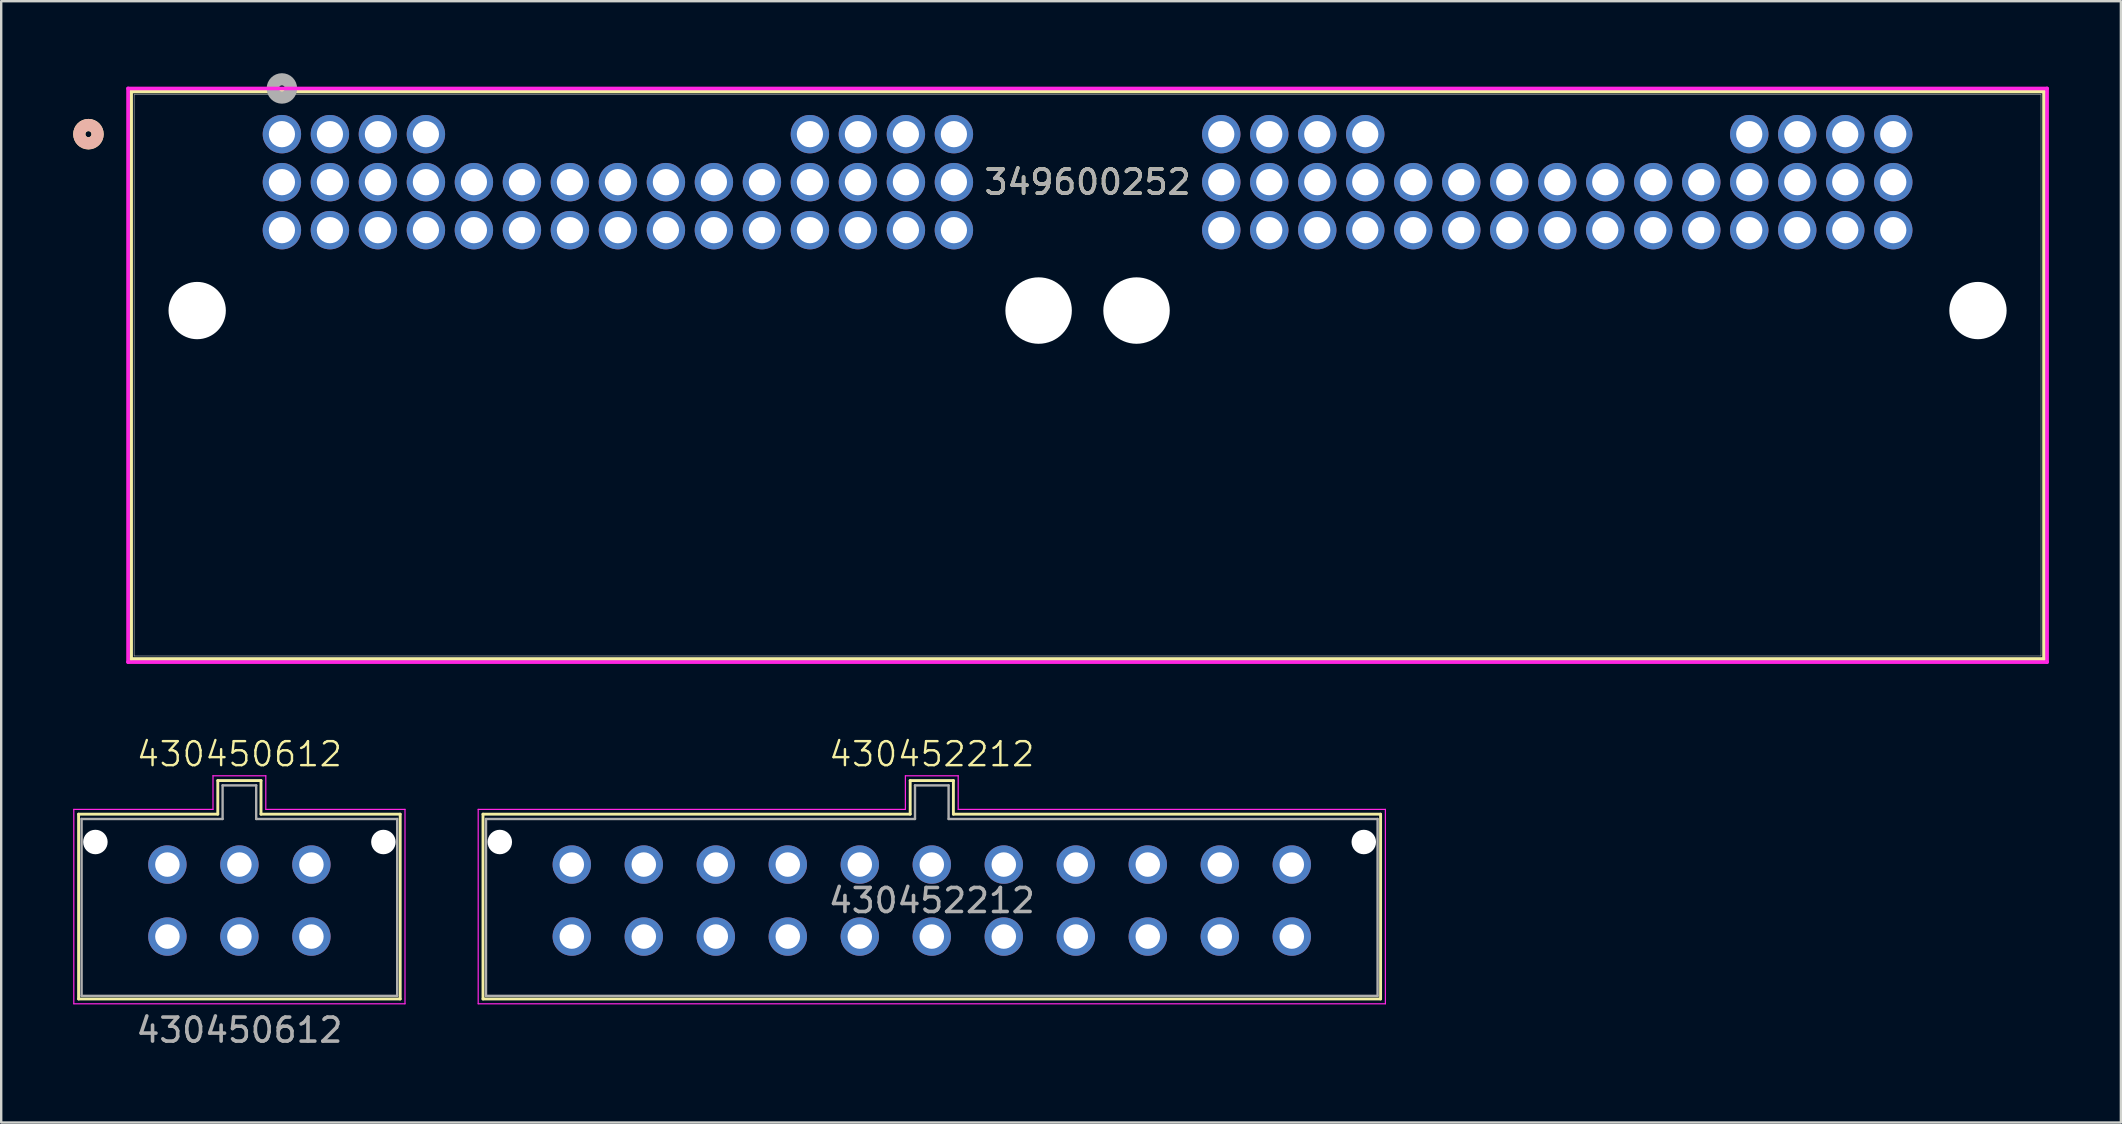
<source format=kicad_pcb>
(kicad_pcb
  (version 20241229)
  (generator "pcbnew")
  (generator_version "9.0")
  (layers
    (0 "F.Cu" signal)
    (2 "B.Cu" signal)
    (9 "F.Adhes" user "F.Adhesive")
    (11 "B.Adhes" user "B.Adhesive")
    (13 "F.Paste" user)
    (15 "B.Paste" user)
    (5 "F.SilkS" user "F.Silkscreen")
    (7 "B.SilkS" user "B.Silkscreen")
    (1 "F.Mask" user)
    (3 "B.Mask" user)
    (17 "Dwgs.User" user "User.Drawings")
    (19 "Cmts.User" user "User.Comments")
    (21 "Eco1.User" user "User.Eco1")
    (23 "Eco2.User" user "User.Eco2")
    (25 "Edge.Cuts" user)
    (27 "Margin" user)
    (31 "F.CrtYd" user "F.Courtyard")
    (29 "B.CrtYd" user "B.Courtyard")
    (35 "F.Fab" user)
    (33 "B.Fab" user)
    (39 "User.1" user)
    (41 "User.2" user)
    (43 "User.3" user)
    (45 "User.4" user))
  (footprint "430452212"
    (layer "F.Cu")
    (at 35.775 34.474)
    (property "Reference" "430452212" (at 0 -6.1 0) (unlocked yes) (layer "F.SilkS") (effects (font (size 1 1) (thickness 0.1))))
    (attr through_hole)
    (fp_line (start -18.7 -3.6) (end -0.9 -3.6) (stroke (width 0.12) (type solid)) (layer "F.SilkS"))
    (fp_line (start -18.7 4.1) (end -18.7 -3.6) (stroke (width 0.12) (type solid)) (layer "F.SilkS"))
    (fp_line (start -18.7 4.1) (end 18.7 4.1) (stroke (width 0.12) (type solid)) (layer "F.SilkS"))
    (fp_line (start -0.9 -5) (end 0.9 -5) (stroke (width 0.12) (type solid)) (layer "F.SilkS"))
    (fp_line (start -0.9 -3.6) (end -0.9 -5) (stroke (width 0.12) (type solid)) (layer "F.SilkS"))
    (fp_line (start 0.9 -5) (end 0.9 -3.6) (stroke (width 0.12) (type solid)) (layer "F.SilkS"))
    (fp_line (start 0.9 -3.6) (end 18.7 -3.6) (stroke (width 0.12) (type solid)) (layer "F.SilkS"))
    (fp_line (start 18.7 -3.6) (end 18.7 4.1) (stroke (width 0.12) (type solid)) (layer "F.SilkS"))
    (fp_line (start -18.9 -3.8) (end -18.9 4.3) (stroke (width 0.05) (type solid)) (layer "F.CrtYd"))
    (fp_line (start -18.9 4.3) (end 18.9 4.3) (stroke (width 0.05) (type solid)) (layer "F.CrtYd"))
    (fp_line (start -1.1 -5.2) (end -1.1 -3.8) (stroke (width 0.05) (type solid)) (layer "F.CrtYd"))
    (fp_line (start -1.1 -3.8) (end -18.9 -3.8) (stroke (width 0.05) (type solid)) (layer "F.CrtYd"))
    (fp_line (start 1.1 -5.2) (end -1.1 -5.2) (stroke (width 0.05) (type solid)) (layer "F.CrtYd"))
    (fp_line (start 1.1 -3.8) (end 1.1 -5.2) (stroke (width 0.05) (type solid)) (layer "F.CrtYd"))
    (fp_line (start 18.9 -3.8) (end 1.1 -3.8) (stroke (width 0.05) (type solid)) (layer "F.CrtYd"))
    (fp_line (start 18.9 4.3) (end 18.9 -3.8) (stroke (width 0.05) (type solid)) (layer "F.CrtYd"))
    (fp_line (start -18.575 -3.4) (end -18.575 3.97) (stroke (width 0.1) (type solid)) (layer "F.Fab"))
    (fp_line (start -18.575 -3.4) (end -0.7 -3.4) (stroke (width 0.1) (type solid)) (layer "F.Fab"))
    (fp_line (start -18.575 3.97) (end 18.575 3.97) (stroke (width 0.1) (type solid)) (layer "F.Fab"))
    (fp_line (start -0.7 -4.8) (end 0.7 -4.8) (stroke (width 0.1) (type solid)) (layer "F.Fab"))
    (fp_line (start -0.7 -3.4) (end -0.7 -4.8) (stroke (width 0.1) (type solid)) (layer "F.Fab"))
    (fp_line (start 0.7 -4.8) (end 0.7 -3.4) (stroke (width 0.1) (type solid)) (layer "F.Fab"))
    (fp_line (start 18.575 -3.4) (end 0.7 -3.4) (stroke (width 0.1) (type solid)) (layer "F.Fab"))
    (fp_line (start 18.575 3.97) (end 18.575 -3.4) (stroke (width 0.1) (type solid)) (layer "F.Fab"))
    (fp_text user "${REFERENCE}" (at 0 0 0) (unlocked yes) (layer "F.Fab") (effects (font (size 1 1) (thickness 0.15))))
    (pad "" np_thru_hole circle (at -18 -2.44) (size 1.02 1.02) (drill 1.02) (layers "*.Cu" "*.Mask"))
    (pad "" np_thru_hole circle (at 18 -2.44) (size 1.02 1.02) (drill 1.02) (layers "*.Cu" "*.Mask"))
    (pad "1" thru_hole circle (at 15 1.5) (size 1.6 1.6) (drill 1.02) (layers "*.Cu" "*.Mask"))
    (pad "2" thru_hole circle (at 12 1.5) (size 1.6 1.6) (drill 1.02) (layers "*.Cu" "*.Mask"))
    (pad "3" thru_hole circle (at 9 1.5) (size 1.6 1.6) (drill 1.02) (layers "*.Cu" "*.Mask"))
    (pad "4" thru_hole circle (at 6 1.5) (size 1.6 1.6) (drill 1.02) (layers "*.Cu" "*.Mask"))
    (pad "5" thru_hole circle (at 3 1.5) (size 1.6 1.6) (drill 1.02) (layers "*.Cu" "*.Mask"))
    (pad "6" thru_hole circle (at 0 1.5) (size 1.6 1.6) (drill 1.02) (layers "*.Cu" "*.Mask"))
    (pad "7" thru_hole circle (at -3 1.5) (size 1.6 1.6) (drill 1.02) (layers "*.Cu" "*.Mask"))
    (pad "8" thru_hole circle (at -6 1.5) (size 1.6 1.6) (drill 1.02) (layers "*.Cu" "*.Mask"))
    (pad "9" thru_hole circle (at -9 1.5) (size 1.6 1.6) (drill 1.02) (layers "*.Cu" "*.Mask"))
    (pad "10" thru_hole circle (at -12 1.5) (size 1.6 1.6) (drill 1.02) (layers "*.Cu" "*.Mask"))
    (pad "11" thru_hole circle (at -15 1.5) (size 1.6 1.6) (drill 1.02) (layers "*.Cu" "*.Mask"))
    (pad "12" thru_hole circle (at 15 -1.5) (size 1.6 1.6) (drill 1.02) (layers "*.Cu" "*.Mask"))
    (pad "13" thru_hole circle (at 12 -1.5) (size 1.6 1.6) (drill 1.02) (layers "*.Cu" "*.Mask"))
    (pad "14" thru_hole circle (at 9 -1.5) (size 1.6 1.6) (drill 1.02) (layers "*.Cu" "*.Mask"))
    (pad "15" thru_hole circle (at 6 -1.5) (size 1.6 1.6) (drill 1.02) (layers "*.Cu" "*.Mask"))
    (pad "16" thru_hole circle (at 3 -1.5) (size 1.6 1.6) (drill 1.02) (layers "*.Cu" "*.Mask"))
    (pad "17" thru_hole circle (at 0 -1.5) (size 1.6 1.6) (drill 1.02) (layers "*.Cu" "*.Mask"))
    (pad "18" thru_hole circle (at -3 -1.5) (size 1.6 1.6) (drill 1.02) (layers "*.Cu" "*.Mask"))
    (pad "19" thru_hole circle (at -6 -1.5) (size 1.6 1.6) (drill 1.02) (layers "*.Cu" "*.Mask"))
    (pad "20" thru_hole circle (at -9 -1.5) (size 1.6 1.6) (drill 1.02) (layers "*.Cu" "*.Mask"))
    (pad "21" thru_hole circle (at -12 -1.5) (size 1.6 1.6) (drill 1.02) (layers "*.Cu" "*.Mask"))
    (pad "22" thru_hole circle (at -15 -1.5) (size 1.6 1.6) (drill 1.02) (layers "*.Cu" "*.Mask")))
  (footprint "430450612"
    (layer "F.Cu")
    (at 6.925 34.474)
    (property "Reference" "430450612" (at 0 -6.1 0) (unlocked yes) (layer "F.SilkS") (effects (font (size 1 1) (thickness 0.1))))
    (attr through_hole)
    (fp_line (start -6.7 -3.6) (end -0.9 -3.6) (stroke (width 0.12) (type solid)) (layer "F.SilkS"))
    (fp_line (start -6.7 4.1) (end -6.7 -3.6) (stroke (width 0.12) (type solid)) (layer "F.SilkS"))
    (fp_line (start -6.7 4.1) (end 6.7 4.1) (stroke (width 0.12) (type solid)) (layer "F.SilkS"))
    (fp_line (start -0.9 -5) (end 0.9 -5) (stroke (width 0.12) (type solid)) (layer "F.SilkS"))
    (fp_line (start -0.9 -3.6) (end -0.9 -5) (stroke (width 0.12) (type solid)) (layer "F.SilkS"))
    (fp_line (start 0.9 -5) (end 0.9 -3.6) (stroke (width 0.12) (type solid)) (layer "F.SilkS"))
    (fp_line (start 0.9 -3.6) (end 6.7 -3.6) (stroke (width 0.12) (type solid)) (layer "F.SilkS"))
    (fp_line (start 6.7 -3.6) (end 6.7 4.1) (stroke (width 0.12) (type solid)) (layer "F.SilkS"))
    (fp_line (start -6.9 -3.8) (end -6.9 4.3) (stroke (width 0.05) (type solid)) (layer "F.CrtYd"))
    (fp_line (start -6.9 4.3) (end 6.9 4.3) (stroke (width 0.05) (type solid)) (layer "F.CrtYd"))
    (fp_line (start -1.1 -5.2) (end -1.1 -3.8) (stroke (width 0.05) (type solid)) (layer "F.CrtYd"))
    (fp_line (start -1.1 -3.8) (end -6.9 -3.8) (stroke (width 0.05) (type solid)) (layer "F.CrtYd"))
    (fp_line (start 1.1 -5.2) (end -1.1 -5.2) (stroke (width 0.05) (type solid)) (layer "F.CrtYd"))
    (fp_line (start 1.1 -3.8) (end 1.1 -5.2) (stroke (width 0.05) (type solid)) (layer "F.CrtYd"))
    (fp_line (start 6.9 -3.8) (end 1.1 -3.8) (stroke (width 0.05) (type solid)) (layer "F.CrtYd"))
    (fp_line (start 6.9 4.3) (end 6.9 -3.8) (stroke (width 0.05) (type solid)) (layer "F.CrtYd"))
    (fp_line (start -6.575 -3.4) (end -6.575 3.97) (stroke (width 0.1) (type solid)) (layer "F.Fab"))
    (fp_line (start -6.575 -3.4) (end -0.7 -3.4) (stroke (width 0.1) (type solid)) (layer "F.Fab"))
    (fp_line (start -6.575 3.97) (end 6.575 3.97) (stroke (width 0.1) (type solid)) (layer "F.Fab"))
    (fp_line (start -0.7 -4.8) (end 0.7 -4.8) (stroke (width 0.1) (type solid)) (layer "F.Fab"))
    (fp_line (start -0.7 -3.4) (end -0.7 -4.8) (stroke (width 0.1) (type solid)) (layer "F.Fab"))
    (fp_line (start 0.7 -4.8) (end 0.7 -3.4) (stroke (width 0.1) (type solid)) (layer "F.Fab"))
    (fp_line (start 6.575 -3.4) (end 0.7 -3.4) (stroke (width 0.1) (type solid)) (layer "F.Fab"))
    (fp_line (start 6.575 3.97) (end 6.575 -3.4) (stroke (width 0.1) (type solid)) (layer "F.Fab"))
    (fp_text user "${REFERENCE}" (at 0 5.4 0) (unlocked yes) (layer "F.Fab") (effects (font (size 1 1) (thickness 0.15))))
    (pad "" np_thru_hole circle (at -6 -2.44) (size 1.02 1.02) (drill 1.02) (layers "*.Cu" "*.Mask"))
    (pad "" np_thru_hole circle (at 6 -2.44) (size 1.02 1.02) (drill 1.02) (layers "*.Cu" "*.Mask"))
    (pad "1" thru_hole circle (at 3 1.5) (size 1.6 1.6) (drill 1.02) (layers "*.Cu" "*.Mask"))
    (pad "2" thru_hole circle (at 0 1.5) (size 1.6 1.6) (drill 1.02) (layers "*.Cu" "*.Mask"))
    (pad "3" thru_hole circle (at -3 1.5) (size 1.6 1.6) (drill 1.02) (layers "*.Cu" "*.Mask"))
    (pad "4" thru_hole circle (at 3 -1.5) (size 1.6 1.6) (drill 1.02) (layers "*.Cu" "*.Mask"))
    (pad "5" thru_hole circle (at 0 -1.5) (size 1.6 1.6) (drill 1.02) (layers "*.Cu" "*.Mask"))
    (pad "6" thru_hole circle (at -3 -1.5) (size 1.6 1.6) (drill 1.02) (layers "*.Cu" "*.Mask")))
  (footprint "349600252"
    (layer "F.Cu")
    (at 8.696 2.54)
    (property "Reference" "349600252" (at 33.57 2 0) (unlocked yes) (layer "F.SilkS") (effects (font (size 1 1) (thickness 0.15))))
    (attr through_hole)
    (fp_line (start -6.283 -1.777) (end -6.283 21.87) (stroke (width 0.152) (type solid)) (layer "F.SilkS"))
    (fp_line (start -6.283 21.87) (end 73.423 21.87) (stroke (width 0.152) (type solid)) (layer "F.SilkS"))
    (fp_line (start 73.423 -1.777) (end -6.283 -1.777) (stroke (width 0.152) (type solid)) (layer "F.SilkS"))
    (fp_line (start 73.423 21.87) (end 73.423 -1.777) (stroke (width 0.152) (type solid)) (layer "F.SilkS"))
    (fp_circle (center -8.061 0) (end -7.68 0) (stroke (width 0.508) (type solid)) (fill no) (layer "F.SilkS"))
    (fp_circle (center -8.061 0) (end -7.68 0) (stroke (width 0.508) (type solid)) (fill no) (layer "B.SilkS"))
    (fp_line (start -6.41 -1.904) (end -6.41 21.997) (stroke (width 0.152) (type solid)) (layer "F.CrtYd"))
    (fp_line (start -6.41 21.997) (end 73.55 21.997) (stroke (width 0.152) (type solid)) (layer "F.CrtYd"))
    (fp_line (start 73.55 -1.904) (end -6.41 -1.904) (stroke (width 0.152) (type solid)) (layer "F.CrtYd"))
    (fp_line (start 73.55 21.997) (end 73.55 -1.904) (stroke (width 0.152) (type solid)) (layer "F.CrtYd"))
    (fp_line (start -6.156 -1.65) (end -6.156 21.743) (stroke (width 0.025) (type solid)) (layer "F.Fab"))
    (fp_line (start -6.156 21.743) (end 73.296 21.743) (stroke (width 0.025) (type solid)) (layer "F.Fab"))
    (fp_line (start 73.296 -1.65) (end -6.156 -1.65) (stroke (width 0.025) (type solid)) (layer "F.Fab"))
    (fp_line (start 73.296 21.743) (end 73.296 -1.65) (stroke (width 0.025) (type solid)) (layer "F.Fab"))
    (fp_circle (center 0 -1.905) (end 0.381 -1.905) (stroke (width 0.508) (type solid)) (fill no) (layer "F.Fab"))
    (fp_text user "${REFERENCE}" (at 33.57 2 0) (unlocked yes) (layer "F.Fab") (effects (font (size 1 1) (thickness 0.15))))
    (pad "" np_thru_hole circle (at -3.53 7.35) (size 2.388 2.388) (drill 2.388) (layers "*.Cu" "*.Mask"))
    (pad "" np_thru_hole circle (at 31.53 7.35) (size 2.769 2.769) (drill 2.769) (layers "*.Cu" "*.Mask"))
    (pad "" np_thru_hole circle (at 35.61 7.35) (size 2.769 2.769) (drill 2.769) (layers "*.Cu" "*.Mask"))
    (pad "" np_thru_hole circle (at 70.67 7.35) (size 2.388 2.388) (drill 2.388) (layers "*.Cu" "*.Mask"))
    (pad "A1" thru_hole circle (at 0 0) (size 1.6 1.6) (drill 1.092) (layers "*.Cu" "*.Mask"))
    (pad "A2" thru_hole circle (at 2 0) (size 1.6 1.6) (drill 1.092) (layers "*.Cu" "*.Mask"))
    (pad "A3" thru_hole circle (at 4 0) (size 1.6 1.6) (drill 1.092) (layers "*.Cu" "*.Mask"))
    (pad "A4" thru_hole circle (at 6 0) (size 1.6 1.6) (drill 1.092) (layers "*.Cu" "*.Mask"))
    (pad "A5" thru_hole circle (at 22 0) (size 1.6 1.6) (drill 1.092) (layers "*.Cu" "*.Mask"))
    (pad "A6" thru_hole circle (at 24 0) (size 1.6 1.6) (drill 1.092) (layers "*.Cu" "*.Mask"))
    (pad "A7" thru_hole circle (at 26 0) (size 1.6 1.6) (drill 1.092) (layers "*.Cu" "*.Mask"))
    (pad "A8" thru_hole circle (at 28 0) (size 1.6 1.6) (drill 1.092) (layers "*.Cu" "*.Mask"))
    (pad "A9" thru_hole circle (at 0 2) (size 1.6 1.6) (drill 1.092) (layers "*.Cu" "*.Mask"))
    (pad "A10" thru_hole circle (at 2 2) (size 1.6 1.6) (drill 1.092) (layers "*.Cu" "*.Mask"))
    (pad "A11" thru_hole circle (at 4 2) (size 1.6 1.6) (drill 1.092) (layers "*.Cu" "*.Mask"))
    (pad "A12" thru_hole circle (at 6 2) (size 1.6 1.6) (drill 1.092) (layers "*.Cu" "*.Mask"))
    (pad "A13" thru_hole circle (at 8 2) (size 1.6 1.6) (drill 1.092) (layers "*.Cu" "*.Mask"))
    (pad "A14" thru_hole circle (at 10 2) (size 1.6 1.6) (drill 1.092) (layers "*.Cu" "*.Mask"))
    (pad "A15" thru_hole circle (at 12 2) (size 1.6 1.6) (drill 1.092) (layers "*.Cu" "*.Mask"))
    (pad "A16" thru_hole circle (at 14 2) (size 1.6 1.6) (drill 1.092) (layers "*.Cu" "*.Mask"))
    (pad "A17" thru_hole circle (at 16 2) (size 1.6 1.6) (drill 1.092) (layers "*.Cu" "*.Mask"))
    (pad "A18" thru_hole circle (at 18 2) (size 1.6 1.6) (drill 1.092) (layers "*.Cu" "*.Mask"))
    (pad "A19" thru_hole circle (at 20 2) (size 1.6 1.6) (drill 1.092) (layers "*.Cu" "*.Mask"))
    (pad "A20" thru_hole circle (at 22 2) (size 1.6 1.6) (drill 1.092) (layers "*.Cu" "*.Mask"))
    (pad "A21" thru_hole circle (at 24 2) (size 1.6 1.6) (drill 1.092) (layers "*.Cu" "*.Mask"))
    (pad "A22" thru_hole circle (at 26 2) (size 1.6 1.6) (drill 1.092) (layers "*.Cu" "*.Mask"))
    (pad "A23" thru_hole circle (at 28 2) (size 1.6 1.6) (drill 1.092) (layers "*.Cu" "*.Mask"))
    (pad "A24" thru_hole circle (at 0 4) (size 1.6 1.6) (drill 1.092) (layers "*.Cu" "*.Mask"))
    (pad "A25" thru_hole circle (at 2 4) (size 1.6 1.6) (drill 1.092) (layers "*.Cu" "*.Mask"))
    (pad "A26" thru_hole circle (at 4 4) (size 1.6 1.6) (drill 1.092) (layers "*.Cu" "*.Mask"))
    (pad "A27" thru_hole circle (at 6 4) (size 1.6 1.6) (drill 1.092) (layers "*.Cu" "*.Mask"))
    (pad "A28" thru_hole circle (at 8 4) (size 1.6 1.6) (drill 1.092) (layers "*.Cu" "*.Mask"))
    (pad "A29" thru_hole circle (at 10 4) (size 1.6 1.6) (drill 1.092) (layers "*.Cu" "*.Mask"))
    (pad "A30" thru_hole circle (at 12 4) (size 1.6 1.6) (drill 1.092) (layers "*.Cu" "*.Mask"))
    (pad "A31" thru_hole circle (at 14 4) (size 1.6 1.6) (drill 1.092) (layers "*.Cu" "*.Mask"))
    (pad "A32" thru_hole circle (at 16 4) (size 1.6 1.6) (drill 1.092) (layers "*.Cu" "*.Mask"))
    (pad "A33" thru_hole circle (at 18 4) (size 1.6 1.6) (drill 1.092) (layers "*.Cu" "*.Mask"))
    (pad "A34" thru_hole circle (at 20 4) (size 1.6 1.6) (drill 1.092) (layers "*.Cu" "*.Mask"))
    (pad "A35" thru_hole circle (at 22 4) (size 1.6 1.6) (drill 1.092) (layers "*.Cu" "*.Mask"))
    (pad "A36" thru_hole circle (at 24 4) (size 1.6 1.6) (drill 1.092) (layers "*.Cu" "*.Mask"))
    (pad "A37" thru_hole circle (at 26 4) (size 1.6 1.6) (drill 1.092) (layers "*.Cu" "*.Mask"))
    (pad "A38" thru_hole circle (at 28 4) (size 1.6 1.6) (drill 1.092) (layers "*.Cu" "*.Mask"))
    (pad "B1" thru_hole circle (at 39.14 0) (size 1.6 1.6) (drill 1.092) (layers "*.Cu" "*.Mask"))
    (pad "B2" thru_hole circle (at 41.14 0) (size 1.6 1.6) (drill 1.092) (layers "*.Cu" "*.Mask"))
    (pad "B3" thru_hole circle (at 43.14 0) (size 1.6 1.6) (drill 1.092) (layers "*.Cu" "*.Mask"))
    (pad "B4" thru_hole circle (at 45.14 0) (size 1.6 1.6) (drill 1.092) (layers "*.Cu" "*.Mask"))
    (pad "B5" thru_hole circle (at 61.14 0) (size 1.6 1.6) (drill 1.092) (layers "*.Cu" "*.Mask"))
    (pad "B6" thru_hole circle (at 63.14 0) (size 1.6 1.6) (drill 1.092) (layers "*.Cu" "*.Mask"))
    (pad "B7" thru_hole circle (at 65.14 0) (size 1.6 1.6) (drill 1.092) (layers "*.Cu" "*.Mask"))
    (pad "B8" thru_hole circle (at 67.14 0) (size 1.6 1.6) (drill 1.092) (layers "*.Cu" "*.Mask"))
    (pad "B9" thru_hole circle (at 39.14 2) (size 1.6 1.6) (drill 1.092) (layers "*.Cu" "*.Mask"))
    (pad "B10" thru_hole circle (at 41.14 2) (size 1.6 1.6) (drill 1.092) (layers "*.Cu" "*.Mask"))
    (pad "B11" thru_hole circle (at 43.14 2) (size 1.6 1.6) (drill 1.092) (layers "*.Cu" "*.Mask"))
    (pad "B12" thru_hole circle (at 45.14 2) (size 1.6 1.6) (drill 1.092) (layers "*.Cu" "*.Mask"))
    (pad "B13" thru_hole circle (at 47.14 2) (size 1.6 1.6) (drill 1.092) (layers "*.Cu" "*.Mask"))
    (pad "B14" thru_hole circle (at 49.14 2) (size 1.6 1.6) (drill 1.092) (layers "*.Cu" "*.Mask"))
    (pad "B15" thru_hole circle (at 51.14 2) (size 1.6 1.6) (drill 1.092) (layers "*.Cu" "*.Mask"))
    (pad "B16" thru_hole circle (at 53.14 2) (size 1.6 1.6) (drill 1.092) (layers "*.Cu" "*.Mask"))
    (pad "B17" thru_hole circle (at 55.14 2) (size 1.6 1.6) (drill 1.092) (layers "*.Cu" "*.Mask"))
    (pad "B18" thru_hole circle (at 57.14 2) (size 1.6 1.6) (drill 1.092) (layers "*.Cu" "*.Mask"))
    (pad "B19" thru_hole circle (at 59.14 2) (size 1.6 1.6) (drill 1.092) (layers "*.Cu" "*.Mask"))
    (pad "B20" thru_hole circle (at 61.14 2) (size 1.6 1.6) (drill 1.092) (layers "*.Cu" "*.Mask"))
    (pad "B21" thru_hole circle (at 63.14 2) (size 1.6 1.6) (drill 1.092) (layers "*.Cu" "*.Mask"))
    (pad "B22" thru_hole circle (at 65.14 2) (size 1.6 1.6) (drill 1.092) (layers "*.Cu" "*.Mask"))
    (pad "B23" thru_hole circle (at 67.14 2) (size 1.6 1.6) (drill 1.092) (layers "*.Cu" "*.Mask"))
    (pad "B24" thru_hole circle (at 39.14 4) (size 1.6 1.6) (drill 1.092) (layers "*.Cu" "*.Mask"))
    (pad "B25" thru_hole circle (at 41.14 4) (size 1.6 1.6) (drill 1.092) (layers "*.Cu" "*.Mask"))
    (pad "B26" thru_hole circle (at 43.14 4) (size 1.6 1.6) (drill 1.092) (layers "*.Cu" "*.Mask"))
    (pad "B27" thru_hole circle (at 45.14 4) (size 1.6 1.6) (drill 1.092) (layers "*.Cu" "*.Mask"))
    (pad "B28" thru_hole circle (at 47.14 4) (size 1.6 1.6) (drill 1.092) (layers "*.Cu" "*.Mask"))
    (pad "B29" thru_hole circle (at 49.14 4) (size 1.6 1.6) (drill 1.092) (layers "*.Cu" "*.Mask"))
    (pad "B30" thru_hole circle (at 51.14 4) (size 1.6 1.6) (drill 1.092) (layers "*.Cu" "*.Mask"))
    (pad "B31" thru_hole circle (at 53.14 4) (size 1.6 1.6) (drill 1.092) (layers "*.Cu" "*.Mask"))
    (pad "B32" thru_hole circle (at 55.14 4) (size 1.6 1.6) (drill 1.092) (layers "*.Cu" "*.Mask"))
    (pad "B33" thru_hole circle (at 57.14 4) (size 1.6 1.6) (drill 1.092) (layers "*.Cu" "*.Mask"))
    (pad "B34" thru_hole circle (at 59.14 4) (size 1.6 1.6) (drill 1.092) (layers "*.Cu" "*.Mask"))
    (pad "B35" thru_hole circle (at 61.14 4) (size 1.6 1.6) (drill 1.092) (layers "*.Cu" "*.Mask"))
    (pad "B36" thru_hole circle (at 63.14 4) (size 1.6 1.6) (drill 1.092) (layers "*.Cu" "*.Mask"))
    (pad "B37" thru_hole circle (at 65.14 4) (size 1.6 1.6) (drill 1.092) (layers "*.Cu" "*.Mask"))
    (pad "B38" thru_hole circle (at 67.14 4) (size 1.6 1.6) (drill 1.092) (layers "*.Cu" "*.Mask")))
  (gr_rect
    (start -3 -3)
    (end 85.321 43.722)
    (stroke (width 0.1) (type default))
    (fill no)
    (layer "Edge.Cuts")))
</source>
